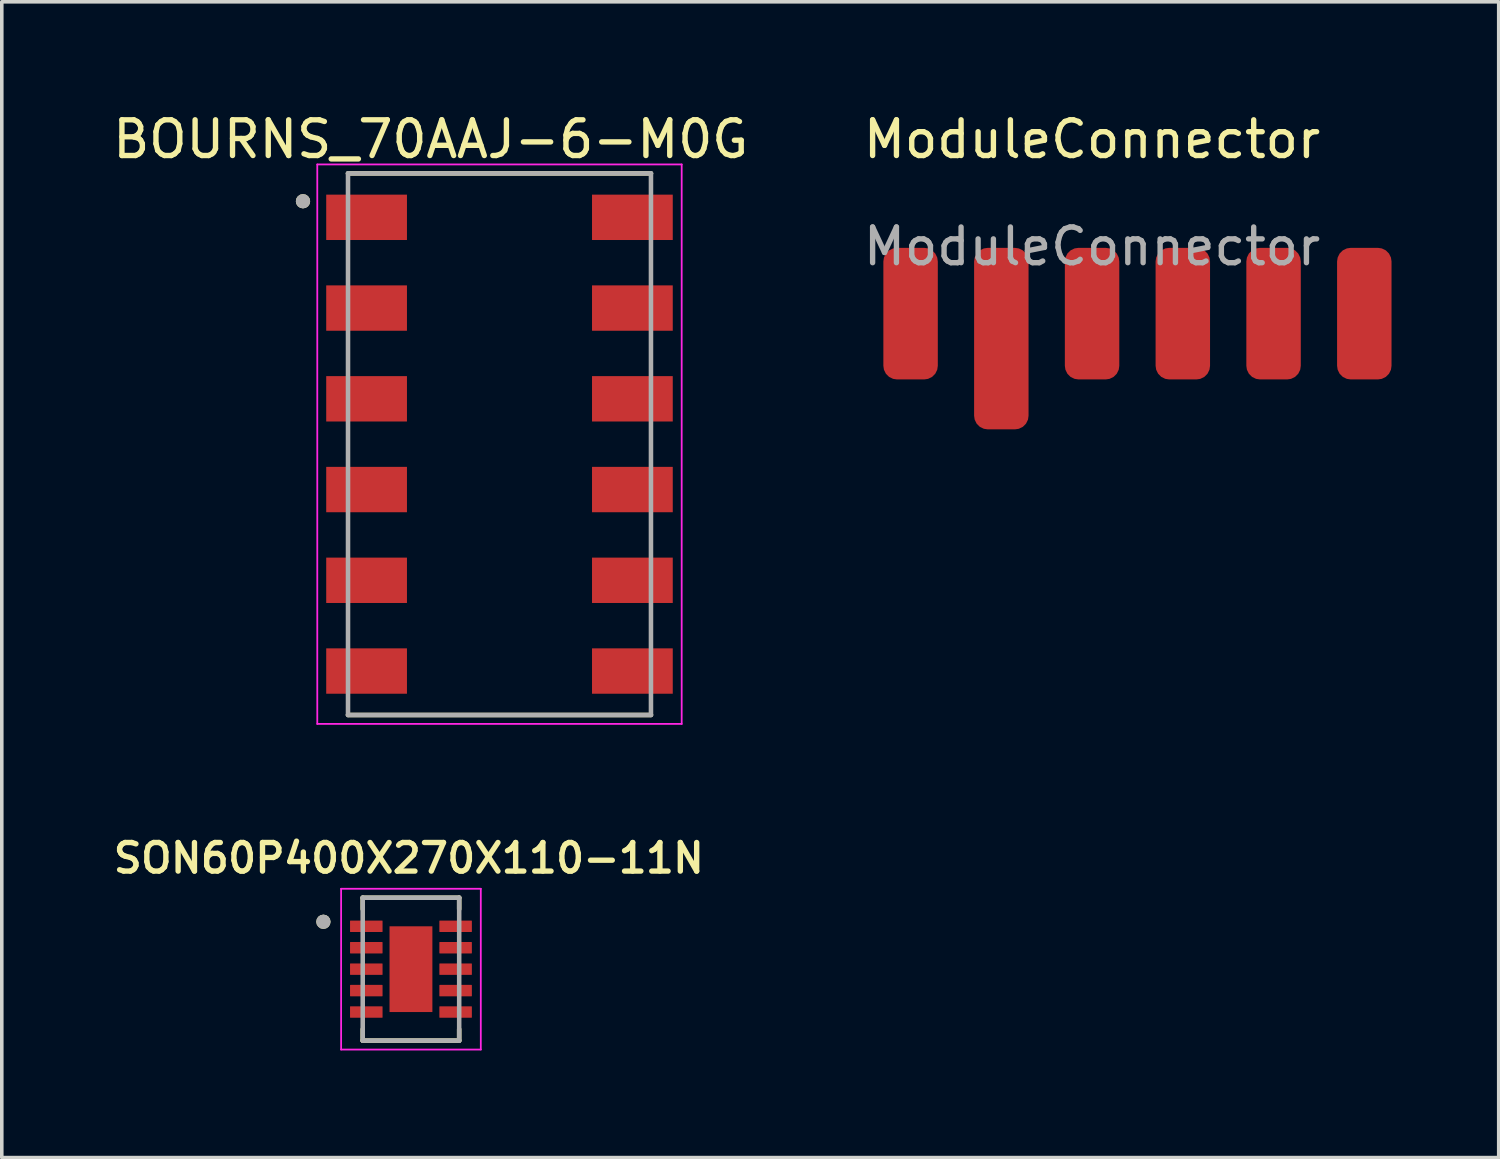
<source format=kicad_pcb>
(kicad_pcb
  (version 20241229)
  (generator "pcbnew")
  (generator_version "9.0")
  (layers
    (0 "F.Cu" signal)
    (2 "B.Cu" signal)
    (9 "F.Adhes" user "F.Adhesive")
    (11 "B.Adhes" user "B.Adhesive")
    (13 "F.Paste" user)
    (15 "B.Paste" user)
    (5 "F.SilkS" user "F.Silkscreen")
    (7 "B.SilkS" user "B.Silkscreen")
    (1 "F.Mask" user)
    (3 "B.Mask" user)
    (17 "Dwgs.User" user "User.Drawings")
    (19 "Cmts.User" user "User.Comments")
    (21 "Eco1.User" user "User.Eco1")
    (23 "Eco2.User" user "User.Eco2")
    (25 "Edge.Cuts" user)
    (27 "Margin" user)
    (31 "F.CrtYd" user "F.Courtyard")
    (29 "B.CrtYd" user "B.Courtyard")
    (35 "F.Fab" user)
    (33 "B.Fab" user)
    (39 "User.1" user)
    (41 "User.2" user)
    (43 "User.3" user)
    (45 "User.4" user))
  (footprint "ModuleConnector"
    (layer "F.Cu")
    (at 27.518 1.348)
    (property "Reference" "ModuleConnector" (at 0 -0.5 0) (unlocked yes) (layer "F.SilkS") (effects (font (size 1 1) (thickness 0.15))))
    (attr smd)
    (fp_text user "${REFERENCE}" (at 0 2.5 0) (unlocked yes) (layer "F.Fab") (effects (font (size 1 1) (thickness 0.15))))
    (pad "1" smd roundrect (at -5.08 4.381 90) (size 3.683 1.524) (layers "F.Cu" "F.Mask" "F.Paste") (roundrect_rratio 0.25))
    (pad "2" smd roundrect (at -2.54 5.08 270) (size 5.08 1.524) (layers "F.Cu" "F.Mask" "F.Paste") (roundrect_rratio 0.25))
    (pad "3" smd roundrect (at 0 4.381 90) (size 3.683 1.524) (layers "F.Cu" "F.Mask" "F.Paste") (roundrect_rratio 0.25))
    (pad "4" smd roundrect (at 2.54 4.381 90) (size 3.683 1.524) (layers "F.Cu" "F.Mask" "F.Paste") (roundrect_rratio 0.25))
    (pad "5" smd roundrect (at 5.08 4.381 90) (size 3.683 1.524) (layers "F.Cu" "F.Mask" "F.Paste") (roundrect_rratio 0.25))
    (pad "6" smd roundrect (at 7.62 4.381 90) (size 3.683 1.524) (layers "F.Cu" "F.Mask" "F.Paste") (roundrect_rratio 0.25)))
  (footprint "BOURNS_70AAJ-6-M0G"
    (layer "F.Cu")
    (at 10.931 9.383)
    (property "Reference" "BOURNS_70AAJ-6-M0G" (at -1.925 -8.535 0) (layer "F.SilkS") (effects (font (size 1 1) (thickness 0.15))))
    (attr through_hole)
    (fp_line (start 4.24 -7.58) (end -4.24 -7.58) (stroke (width 0.127) (type solid)) (layer "F.SilkS"))
    (fp_line (start 4.24 7.58) (end -4.24 7.58) (stroke (width 0.127) (type solid)) (layer "F.SilkS"))
    (fp_circle (center -5.5 -6.8) (end -5.4 -6.8) (stroke (width 0.2) (type solid)) (fill no) (layer "F.SilkS"))
    (fp_line (start -5.1 -7.83) (end 5.1 -7.83) (stroke (width 0.05) (type solid)) (layer "F.CrtYd"))
    (fp_line (start -5.1 7.83) (end -5.1 -7.83) (stroke (width 0.05) (type solid)) (layer "F.CrtYd"))
    (fp_line (start 5.1 -7.83) (end 5.1 7.83) (stroke (width 0.05) (type solid)) (layer "F.CrtYd"))
    (fp_line (start 5.1 7.83) (end -5.1 7.83) (stroke (width 0.05) (type solid)) (layer "F.CrtYd"))
    (fp_line (start -4.24 -7.58) (end 4.24 -7.58) (stroke (width 0.127) (type solid)) (layer "F.Fab"))
    (fp_line (start -4.24 7.58) (end -4.24 -7.58) (stroke (width 0.127) (type solid)) (layer "F.Fab"))
    (fp_line (start 4.24 -7.58) (end 4.24 7.58) (stroke (width 0.127) (type solid)) (layer "F.Fab"))
    (fp_line (start 4.24 7.58) (end -4.24 7.58) (stroke (width 0.127) (type solid)) (layer "F.Fab"))
    (fp_circle (center -5.5 -6.8) (end -5.4 -6.8) (stroke (width 0.2) (type solid)) (fill no) (layer "F.Fab"))
    (pad "1" smd rect (at -3.72 -6.35) (size 2.26 1.27) (layers "F.Cu" "F.Mask" "F.Paste"))
    (pad "2" smd rect (at -3.72 -3.81) (size 2.26 1.27) (layers "F.Cu" "F.Mask" "F.Paste"))
    (pad "3" smd rect (at -3.72 -1.27) (size 2.26 1.27) (layers "F.Cu" "F.Mask" "F.Paste"))
    (pad "4" smd rect (at -3.72 1.27) (size 2.26 1.27) (layers "F.Cu" "F.Mask" "F.Paste"))
    (pad "5" smd rect (at -3.72 3.81) (size 2.26 1.27) (layers "F.Cu" "F.Mask" "F.Paste"))
    (pad "6" smd rect (at -3.72 6.35) (size 2.26 1.27) (layers "F.Cu" "F.Mask" "F.Paste"))
    (pad "7" smd rect (at 3.72 6.35) (size 2.26 1.27) (layers "F.Cu" "F.Mask" "F.Paste"))
    (pad "8" smd rect (at 3.72 3.81) (size 2.26 1.27) (layers "F.Cu" "F.Mask" "F.Paste"))
    (pad "9" smd rect (at 3.72 1.27) (size 2.26 1.27) (layers "F.Cu" "F.Mask" "F.Paste"))
    (pad "10" smd rect (at 3.72 -1.27) (size 2.26 1.27) (layers "F.Cu" "F.Mask" "F.Paste"))
    (pad "11" smd rect (at 3.72 -3.81) (size 2.26 1.27) (layers "F.Cu" "F.Mask" "F.Paste"))
    (pad "12" smd rect (at 3.72 -6.35) (size 2.26 1.27) (layers "F.Cu" "F.Mask" "F.Paste")))
  (footprint "SON60P400X270X110-11N"
    (layer "F.Cu")
    (at 8.453 24.078)
    (property "Reference" "SON60P400X270X110-11N" (at -0.06 -3.108 0) (layer "F.SilkS") (effects (font (size 0.8 0.8) (thickness 0.15))))
    (attr through_hole)
    (fp_line (start -1.35 -2) (end 1.35 -2) (stroke (width 0.127) (type solid)) (layer "F.SilkS"))
    (fp_line (start -1.35 -1.68) (end -1.35 -2) (stroke (width 0.127) (type solid)) (layer "F.SilkS"))
    (fp_line (start -1.35 2) (end -1.35 1.68) (stroke (width 0.127) (type solid)) (layer "F.SilkS"))
    (fp_line (start 1.35 -2) (end 1.35 -1.68) (stroke (width 0.127) (type solid)) (layer "F.SilkS"))
    (fp_line (start 1.35 2) (end -1.35 2) (stroke (width 0.127) (type solid)) (layer "F.SilkS"))
    (fp_line (start 1.35 2) (end 1.35 1.68) (stroke (width 0.127) (type solid)) (layer "F.SilkS"))
    (fp_circle (center -2.451 -1.327) (end -2.351 -1.327) (stroke (width 0.2) (type solid)) (fill no) (layer "F.SilkS"))
    (fp_poly (pts (xy -0.38 -0.76) (xy 0.38 -0.76) (xy 0.38 0.76) (xy -0.38 0.76)) (stroke (width 0.01) (type solid)) (fill yes) (layer "F.Paste"))
    (fp_line (start -1.955 -2.25) (end -1.955 2.25) (stroke (width 0.05) (type solid)) (layer "F.CrtYd"))
    (fp_line (start -1.955 2.25) (end 1.955 2.25) (stroke (width 0.05) (type solid)) (layer "F.CrtYd"))
    (fp_line (start 1.955 -2.25) (end -1.955 -2.25) (stroke (width 0.05) (type solid)) (layer "F.CrtYd"))
    (fp_line (start 1.955 2.25) (end 1.955 -2.25) (stroke (width 0.05) (type solid)) (layer "F.CrtYd"))
    (fp_line (start -1.35 -2) (end 1.35 -2) (stroke (width 0.127) (type solid)) (layer "F.Fab"))
    (fp_line (start -1.35 2) (end -1.35 -2) (stroke (width 0.127) (type solid)) (layer "F.Fab"))
    (fp_line (start 1.35 -2) (end 1.35 2) (stroke (width 0.127) (type solid)) (layer "F.Fab"))
    (fp_line (start 1.35 2) (end -1.35 2) (stroke (width 0.127) (type solid)) (layer "F.Fab"))
    (fp_circle (center -2.451 -1.327) (end -2.351 -1.327) (stroke (width 0.2) (type solid)) (fill no) (layer "F.Fab"))
    (pad "1" smd roundrect (at -1.25 -1.2) (size 0.91 0.32) (layers "F.Cu" "F.Mask" "F.Paste") (roundrect_rratio 0.04))
    (pad "2" smd roundrect (at -1.25 -0.6) (size 0.91 0.32) (layers "F.Cu" "F.Mask" "F.Paste") (roundrect_rratio 0.04))
    (pad "3" smd roundrect (at -1.25 0) (size 0.91 0.32) (layers "F.Cu" "F.Mask" "F.Paste") (roundrect_rratio 0.04))
    (pad "4" smd roundrect (at -1.25 0.6) (size 0.91 0.32) (layers "F.Cu" "F.Mask" "F.Paste") (roundrect_rratio 0.04))
    (pad "5" smd roundrect (at -1.25 1.2) (size 0.91 0.32) (layers "F.Cu" "F.Mask" "F.Paste") (roundrect_rratio 0.04))
    (pad "6" smd roundrect (at 1.25 1.2) (size 0.91 0.32) (layers "F.Cu" "F.Mask" "F.Paste") (roundrect_rratio 0.04))
    (pad "7" smd roundrect (at 1.25 0.6) (size 0.91 0.32) (layers "F.Cu" "F.Mask" "F.Paste") (roundrect_rratio 0.04))
    (pad "8" smd roundrect (at 1.25 0) (size 0.91 0.32) (layers "F.Cu" "F.Mask" "F.Paste") (roundrect_rratio 0.04))
    (pad "9" smd roundrect (at 1.25 -0.6) (size 0.91 0.32) (layers "F.Cu" "F.Mask" "F.Paste") (roundrect_rratio 0.04))
    (pad "10" smd roundrect (at 1.25 -1.2) (size 0.91 0.32) (layers "F.Cu" "F.Mask" "F.Paste") (roundrect_rratio 0.04))
    (pad "11" smd rect (at 0 0) (size 1.2 2.4) (layers "F.Cu" "F.Mask")))
  (gr_rect
    (start -3 -3)
    (end 38.9 29.352)
    (stroke (width 0.1) (type default))
    (fill no)
    (layer "Edge.Cuts")))
</source>
